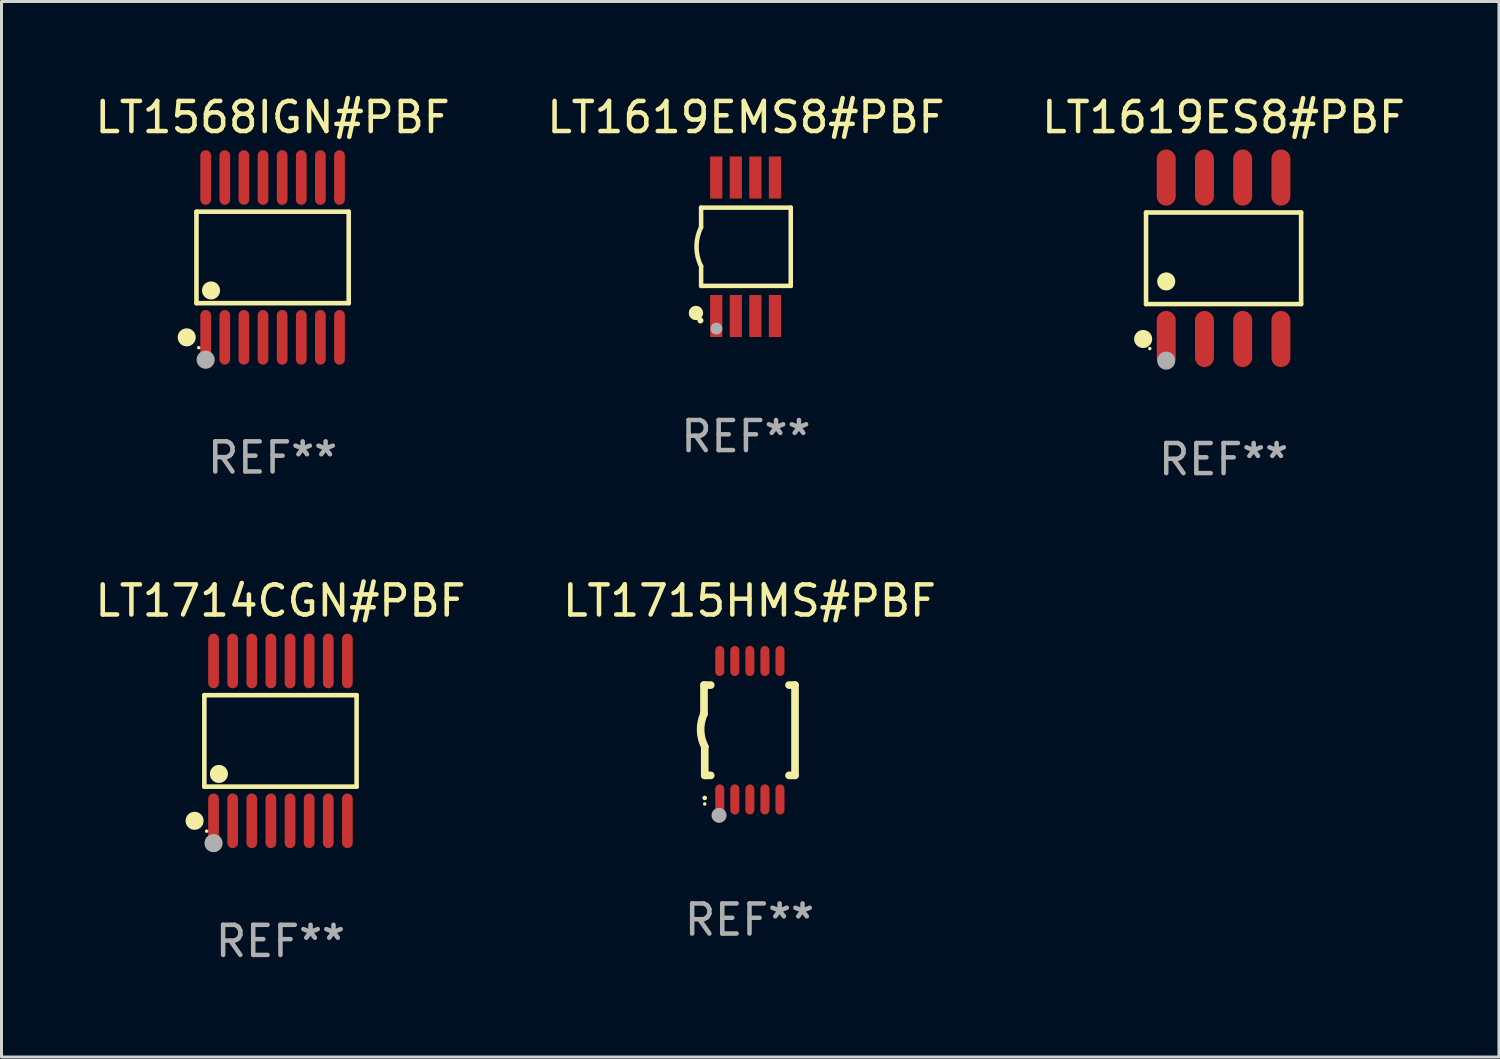
<source format=kicad_pcb>
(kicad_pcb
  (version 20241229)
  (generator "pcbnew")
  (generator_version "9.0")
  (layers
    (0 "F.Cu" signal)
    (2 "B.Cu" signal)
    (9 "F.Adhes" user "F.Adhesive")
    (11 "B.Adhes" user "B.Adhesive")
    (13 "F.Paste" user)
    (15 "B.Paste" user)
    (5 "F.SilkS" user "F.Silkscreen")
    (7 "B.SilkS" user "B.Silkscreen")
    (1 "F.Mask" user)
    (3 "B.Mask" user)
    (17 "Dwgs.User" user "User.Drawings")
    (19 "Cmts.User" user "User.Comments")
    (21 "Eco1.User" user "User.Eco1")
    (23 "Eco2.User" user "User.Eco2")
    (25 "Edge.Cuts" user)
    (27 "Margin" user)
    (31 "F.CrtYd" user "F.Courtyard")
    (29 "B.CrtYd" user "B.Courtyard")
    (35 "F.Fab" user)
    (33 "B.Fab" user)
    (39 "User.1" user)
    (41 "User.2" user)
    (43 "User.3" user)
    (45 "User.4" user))
  (footprint "LT1619ES8#PBF"
    (layer "F.Cu")
    (at 37.601 5.531)
    (property "Reference" "LT1619ES8#PBF" (at 0 -4.682 0) (layer "F.SilkS") (effects (font (size 1 1) (thickness 0.15))))
    (attr through_hole)
    (fp_line (start -2.576 -1.521) (end 2.576 -1.521) (stroke (width 0.152) (type solid)) (layer "F.SilkS"))
    (fp_line (start -2.576 1.521) (end -2.576 -1.521) (stroke (width 0.152) (type solid)) (layer "F.SilkS"))
    (fp_line (start 2.576 -1.521) (end 2.576 1.521) (stroke (width 0.152) (type solid)) (layer "F.SilkS"))
    (fp_line (start 2.576 1.521) (end -2.576 1.521) (stroke (width 0.152) (type solid)) (layer "F.SilkS"))
    (fp_circle (center -2.672 2.682) (end -2.522 2.682) (stroke (width 0.3) (type solid)) (fill no) (layer "F.SilkS"))
    (fp_circle (center -2.45 3) (end -2.42 3) (stroke (width 0.06) (type solid)) (fill no) (layer "F.SilkS"))
    (fp_circle (center -1.905 0.769) (end -1.755 0.769) (stroke (width 0.3) (type solid)) (fill no) (layer "F.SilkS"))
    (fp_circle (center -1.905 3.4) (end -1.755 3.4) (stroke (width 0.3) (type solid)) (fill no) (layer "F.Fab"))
    (fp_text user "REF**" (at 0 6.682 0) (layer "F.Fab") (effects (font (size 1 1) (thickness 0.15))))
    (pad "1" smd oval (at -1.905 2.682) (size 0.63 1.865) (layers "F.Cu" "F.Mask" "F.Paste"))
    (pad "2" smd oval (at -0.635 2.682) (size 0.63 1.865) (layers "F.Cu" "F.Mask" "F.Paste"))
    (pad "3" smd oval (at 0.635 2.682) (size 0.63 1.865) (layers "F.Cu" "F.Mask" "F.Paste"))
    (pad "4" smd oval (at 1.905 2.682) (size 0.63 1.865) (layers "F.Cu" "F.Mask" "F.Paste"))
    (pad "5" smd oval (at 1.905 -2.682) (size 0.63 1.865) (layers "F.Cu" "F.Mask" "F.Paste"))
    (pad "6" smd oval (at 0.635 -2.682) (size 0.63 1.865) (layers "F.Cu" "F.Mask" "F.Paste"))
    (pad "7" smd oval (at -0.635 -2.682) (size 0.63 1.865) (layers "F.Cu" "F.Mask" "F.Paste"))
    (pad "8" smd oval (at -1.905 -2.682) (size 0.63 1.865) (layers "F.Cu" "F.Mask" "F.Paste")))
  (footprint "LT1714CGN#PBF"
    (layer "F.Cu")
    (at 6.268 21.565)
    (property "Reference" "LT1714CGN#PBF" (at 0 -4.655 0) (layer "F.SilkS") (effects (font (size 1 1) (thickness 0.15))))
    (attr through_hole)
    (fp_line (start -2.529 -1.519) (end 2.529 -1.519) (stroke (width 0.152) (type solid)) (layer "F.SilkS"))
    (fp_line (start -2.529 1.519) (end -2.529 -1.519) (stroke (width 0.152) (type solid)) (layer "F.SilkS"))
    (fp_line (start 2.529 -1.519) (end 2.529 1.519) (stroke (width 0.152) (type solid)) (layer "F.SilkS"))
    (fp_line (start 2.529 1.519) (end -2.529 1.519) (stroke (width 0.152) (type solid)) (layer "F.SilkS"))
    (fp_circle (center -2.853 2.655) (end -2.703 2.655) (stroke (width 0.3) (type solid)) (fill no) (layer "F.SilkS"))
    (fp_circle (center -2.453 2.998) (end -2.423 2.998) (stroke (width 0.06) (type solid)) (fill no) (layer "F.SilkS"))
    (fp_circle (center -2.045 1.097) (end -1.895 1.097) (stroke (width 0.3) (type solid)) (fill no) (layer "F.SilkS"))
    (fp_circle (center -2.223 3.398) (end -2.072 3.398) (stroke (width 0.3) (type solid)) (fill no) (layer "F.Fab"))
    (fp_text user "REF**" (at 0 6.655 0) (layer "F.Fab") (effects (font (size 1 1) (thickness 0.15))))
    (pad "1" smd oval (at -2.223 2.655) (size 0.356 1.815) (layers "F.Cu" "F.Mask" "F.Paste"))
    (pad "2" smd oval (at -1.588 2.655) (size 0.356 1.815) (layers "F.Cu" "F.Mask" "F.Paste"))
    (pad "3" smd oval (at -0.953 2.655) (size 0.356 1.815) (layers "F.Cu" "F.Mask" "F.Paste"))
    (pad "4" smd oval (at -0.318 2.655) (size 0.356 1.815) (layers "F.Cu" "F.Mask" "F.Paste"))
    (pad "5" smd oval (at 0.318 2.655) (size 0.356 1.815) (layers "F.Cu" "F.Mask" "F.Paste"))
    (pad "6" smd oval (at 0.953 2.655) (size 0.356 1.815) (layers "F.Cu" "F.Mask" "F.Paste"))
    (pad "7" smd oval (at 1.588 2.655) (size 0.356 1.815) (layers "F.Cu" "F.Mask" "F.Paste"))
    (pad "8" smd oval (at 2.223 2.655) (size 0.356 1.815) (layers "F.Cu" "F.Mask" "F.Paste"))
    (pad "9" smd oval (at 2.223 -2.655) (size 0.356 1.815) (layers "F.Cu" "F.Mask" "F.Paste"))
    (pad "10" smd oval (at 1.588 -2.655) (size 0.356 1.815) (layers "F.Cu" "F.Mask" "F.Paste"))
    (pad "11" smd oval (at 0.953 -2.655) (size 0.356 1.815) (layers "F.Cu" "F.Mask" "F.Paste"))
    (pad "12" smd oval (at 0.318 -2.655) (size 0.356 1.815) (layers "F.Cu" "F.Mask" "F.Paste"))
    (pad "13" smd oval (at -0.318 -2.655) (size 0.356 1.815) (layers "F.Cu" "F.Mask" "F.Paste"))
    (pad "14" smd oval (at -0.953 -2.655) (size 0.356 1.815) (layers "F.Cu" "F.Mask" "F.Paste"))
    (pad "15" smd oval (at -1.588 -2.655) (size 0.356 1.815) (layers "F.Cu" "F.Mask" "F.Paste"))
    (pad "16" smd oval (at -2.223 -2.655) (size 0.356 1.815) (layers "F.Cu" "F.Mask" "F.Paste")))
  (footprint "LT1568IGN#PBF"
    (layer "F.Cu")
    (at 6.006 5.503)
    (property "Reference" "LT1568IGN#PBF" (at 0 -4.655 0) (layer "F.SilkS") (effects (font (size 1 1) (thickness 0.15))))
    (attr through_hole)
    (fp_line (start -2.529 -1.519) (end 2.529 -1.519) (stroke (width 0.152) (type solid)) (layer "F.SilkS"))
    (fp_line (start -2.529 1.519) (end -2.529 -1.519) (stroke (width 0.152) (type solid)) (layer "F.SilkS"))
    (fp_line (start 2.529 -1.519) (end 2.529 1.519) (stroke (width 0.152) (type solid)) (layer "F.SilkS"))
    (fp_line (start 2.529 1.519) (end -2.529 1.519) (stroke (width 0.152) (type solid)) (layer "F.SilkS"))
    (fp_circle (center -2.853 2.655) (end -2.703 2.655) (stroke (width 0.3) (type solid)) (fill no) (layer "F.SilkS"))
    (fp_circle (center -2.453 2.998) (end -2.423 2.998) (stroke (width 0.06) (type solid)) (fill no) (layer "F.SilkS"))
    (fp_circle (center -2.045 1.097) (end -1.895 1.097) (stroke (width 0.3) (type solid)) (fill no) (layer "F.SilkS"))
    (fp_circle (center -2.223 3.398) (end -2.072 3.398) (stroke (width 0.3) (type solid)) (fill no) (layer "F.Fab"))
    (fp_text user "REF**" (at 0 6.655 0) (layer "F.Fab") (effects (font (size 1 1) (thickness 0.15))))
    (pad "1" smd oval (at -2.223 2.655) (size 0.356 1.815) (layers "F.Cu" "F.Mask" "F.Paste"))
    (pad "2" smd oval (at -1.588 2.655) (size 0.356 1.815) (layers "F.Cu" "F.Mask" "F.Paste"))
    (pad "3" smd oval (at -0.953 2.655) (size 0.356 1.815) (layers "F.Cu" "F.Mask" "F.Paste"))
    (pad "4" smd oval (at -0.318 2.655) (size 0.356 1.815) (layers "F.Cu" "F.Mask" "F.Paste"))
    (pad "5" smd oval (at 0.318 2.655) (size 0.356 1.815) (layers "F.Cu" "F.Mask" "F.Paste"))
    (pad "6" smd oval (at 0.953 2.655) (size 0.356 1.815) (layers "F.Cu" "F.Mask" "F.Paste"))
    (pad "7" smd oval (at 1.588 2.655) (size 0.356 1.815) (layers "F.Cu" "F.Mask" "F.Paste"))
    (pad "8" smd oval (at 2.223 2.655) (size 0.356 1.815) (layers "F.Cu" "F.Mask" "F.Paste"))
    (pad "9" smd oval (at 2.223 -2.655) (size 0.356 1.815) (layers "F.Cu" "F.Mask" "F.Paste"))
    (pad "10" smd oval (at 1.588 -2.655) (size 0.356 1.815) (layers "F.Cu" "F.Mask" "F.Paste"))
    (pad "11" smd oval (at 0.953 -2.655) (size 0.356 1.815) (layers "F.Cu" "F.Mask" "F.Paste"))
    (pad "12" smd oval (at 0.318 -2.655) (size 0.356 1.815) (layers "F.Cu" "F.Mask" "F.Paste"))
    (pad "13" smd oval (at -0.318 -2.655) (size 0.356 1.815) (layers "F.Cu" "F.Mask" "F.Paste"))
    (pad "14" smd oval (at -0.953 -2.655) (size 0.356 1.815) (layers "F.Cu" "F.Mask" "F.Paste"))
    (pad "15" smd oval (at -1.588 -2.655) (size 0.356 1.815) (layers "F.Cu" "F.Mask" "F.Paste"))
    (pad "16" smd oval (at -2.223 -2.655) (size 0.356 1.815) (layers "F.Cu" "F.Mask" "F.Paste")))
  (footprint "LT1619EMS8#PBF"
    (layer "F.Cu")
    (at 21.732 5.148)
    (property "Reference" "LT1619EMS8#PBF" (at 0 -4.3 0) (layer "F.SilkS") (effects (font (size 1 1) (thickness 0.15))))
    (attr through_hole)
    (fp_line (start -1.489 -1.3) (end -1.489 -0.648) (stroke (width 0.15) (type solid)) (layer "F.SilkS"))
    (fp_line (start -1.489 0.648) (end -1.489 1.3) (stroke (width 0.15) (type solid)) (layer "F.SilkS"))
    (fp_line (start -1.489 1.3) (end 1.489 1.3) (stroke (width 0.15) (type solid)) (layer "F.SilkS"))
    (fp_line (start 1.489 -1.3) (end -1.489 -1.3) (stroke (width 0.15) (type solid)) (layer "F.SilkS"))
    (fp_line (start 1.489 1.3) (end 1.489 -1.3) (stroke (width 0.15) (type solid)) (layer "F.SilkS"))
    (fp_arc (start -1.489205 0.647702) (mid -1.642107 0) (end -1.489205 -0.647701) (stroke (width 0.150013) (type solid)) (layer "F.SilkS"))
    (fp_circle (center -1.661 2.2) (end -1.541 2.2) (stroke (width 0.24) (type solid)) (fill no) (layer "F.SilkS"))
    (fp_circle (center -1.511 2.45) (end -1.461 2.45) (stroke (width 0.1) (type solid)) (fill no) (layer "F.SilkS"))
    (fp_circle (center -0.981 2.72) (end -0.881 2.72) (stroke (width 0.2) (type solid)) (fill no) (layer "F.Fab"))
    (fp_text user "REF**" (at 0 6.3 0) (layer "F.Fab") (effects (font (size 1 1) (thickness 0.15))))
    (pad "1" smd rect (at -0.986 2.3) (size 0.406 1.397) (layers "F.Cu" "F.Mask" "F.Paste"))
    (pad "2" smd rect (at -0.336 2.3) (size 0.406 1.397) (layers "F.Cu" "F.Mask" "F.Paste"))
    (pad "3" smd rect (at 0.314 2.3) (size 0.406 1.397) (layers "F.Cu" "F.Mask" "F.Paste"))
    (pad "4" smd rect (at 0.964 2.3) (size 0.406 1.397) (layers "F.Cu" "F.Mask" "F.Paste"))
    (pad "5" smd rect (at 0.964 -2.3) (size 0.406 1.397) (layers "F.Cu" "F.Mask" "F.Paste"))
    (pad "6" smd rect (at 0.314 -2.3) (size 0.406 1.397) (layers "F.Cu" "F.Mask" "F.Paste"))
    (pad "7" smd rect (at -0.336 -2.3) (size 0.406 1.397) (layers "F.Cu" "F.Mask" "F.Paste"))
    (pad "8" smd rect (at -0.986 -2.3) (size 0.406 1.397) (layers "F.Cu" "F.Mask" "F.Paste")))
  (footprint "LT1715HMS#PBF"
    (layer "F.Cu")
    (at 21.851 21.21)
    (property "Reference" "LT1715HMS#PBF" (at 0 -4.3 0) (layer "F.SilkS") (effects (font (size 1 1) (thickness 0.15))))
    (attr through_hole)
    (fp_line (start -1.512 -1.5) (end -1.512 -0.546) (stroke (width 0.254) (type solid)) (layer "F.SilkS"))
    (fp_line (start -1.487 0.546) (end -1.487 1.5) (stroke (width 0.254) (type solid)) (layer "F.SilkS"))
    (fp_line (start -1.288 -1.5) (end -1.512 -1.5) (stroke (width 0.254) (type solid)) (layer "F.SilkS"))
    (fp_line (start -1.288 1.5) (end -1.487 1.5) (stroke (width 0.254) (type solid)) (layer "F.SilkS"))
    (fp_line (start 1.512 -1.5) (end 1.312 -1.5) (stroke (width 0.254) (type solid)) (layer "F.SilkS"))
    (fp_line (start 1.512 -1.5) (end 1.512 1.5) (stroke (width 0.254) (type solid)) (layer "F.SilkS"))
    (fp_line (start 1.512 1.5) (end 1.312 1.5) (stroke (width 0.254) (type solid)) (layer "F.SilkS"))
    (fp_arc (start -1.487998 2.250013) (mid -1.486728 2.250007) (end -1.485458 2.250013) (stroke (width 0.150013) (type solid)) (layer "F.SilkS"))
    (fp_arc (start -1.486602 0.546102) (mid -1.624196 0.002905) (end -1.512002 -0.546101) (stroke (width 0.254001) (type solid)) (layer "F.SilkS"))
    (fp_circle (center -1.488 2.45) (end -1.458 2.45) (stroke (width 0.06) (type solid)) (fill no) (layer "F.SilkS"))
    (fp_circle (center -1.012 2.828) (end -0.887 2.828) (stroke (width 0.25) (type solid)) (fill no) (layer "F.Fab"))
    (fp_text user "REF**" (at 0 6.3 0) (layer "F.Fab") (effects (font (size 1 1) (thickness 0.15))))
    (pad "1" smd oval (at -0.988 2.3) (size 0.3 1) (layers "F.Cu" "F.Mask" "F.Paste"))
    (pad "2" smd oval (at -0.488 2.3) (size 0.3 1) (layers "F.Cu" "F.Mask" "F.Paste"))
    (pad "3" smd oval (at 0.012 2.3) (size 0.3 1) (layers "F.Cu" "F.Mask" "F.Paste"))
    (pad "4" smd oval (at 0.512 2.3) (size 0.3 1) (layers "F.Cu" "F.Mask" "F.Paste"))
    (pad "5" smd oval (at 1.012 2.3) (size 0.3 1) (layers "F.Cu" "F.Mask" "F.Paste"))
    (pad "6" smd oval (at 1.012 -2.3) (size 0.3 1) (layers "F.Cu" "F.Mask" "F.Paste"))
    (pad "7" smd oval (at 0.512 -2.3) (size 0.3 1) (layers "F.Cu" "F.Mask" "F.Paste"))
    (pad "8" smd oval (at 0.012 -2.3) (size 0.3 1) (layers "F.Cu" "F.Mask" "F.Paste"))
    (pad "9" smd oval (at -0.488 -2.3) (size 0.3 1) (layers "F.Cu" "F.Mask" "F.Paste"))
    (pad "10" smd oval (at -0.988 -2.3) (size 0.3 1) (layers "F.Cu" "F.Mask" "F.Paste")))
  (gr_rect
    (start -3 -3)
    (end 46.75 32.068)
    (stroke (width 0.1) (type default))
    (fill no)
    (layer "Edge.Cuts")))
</source>
